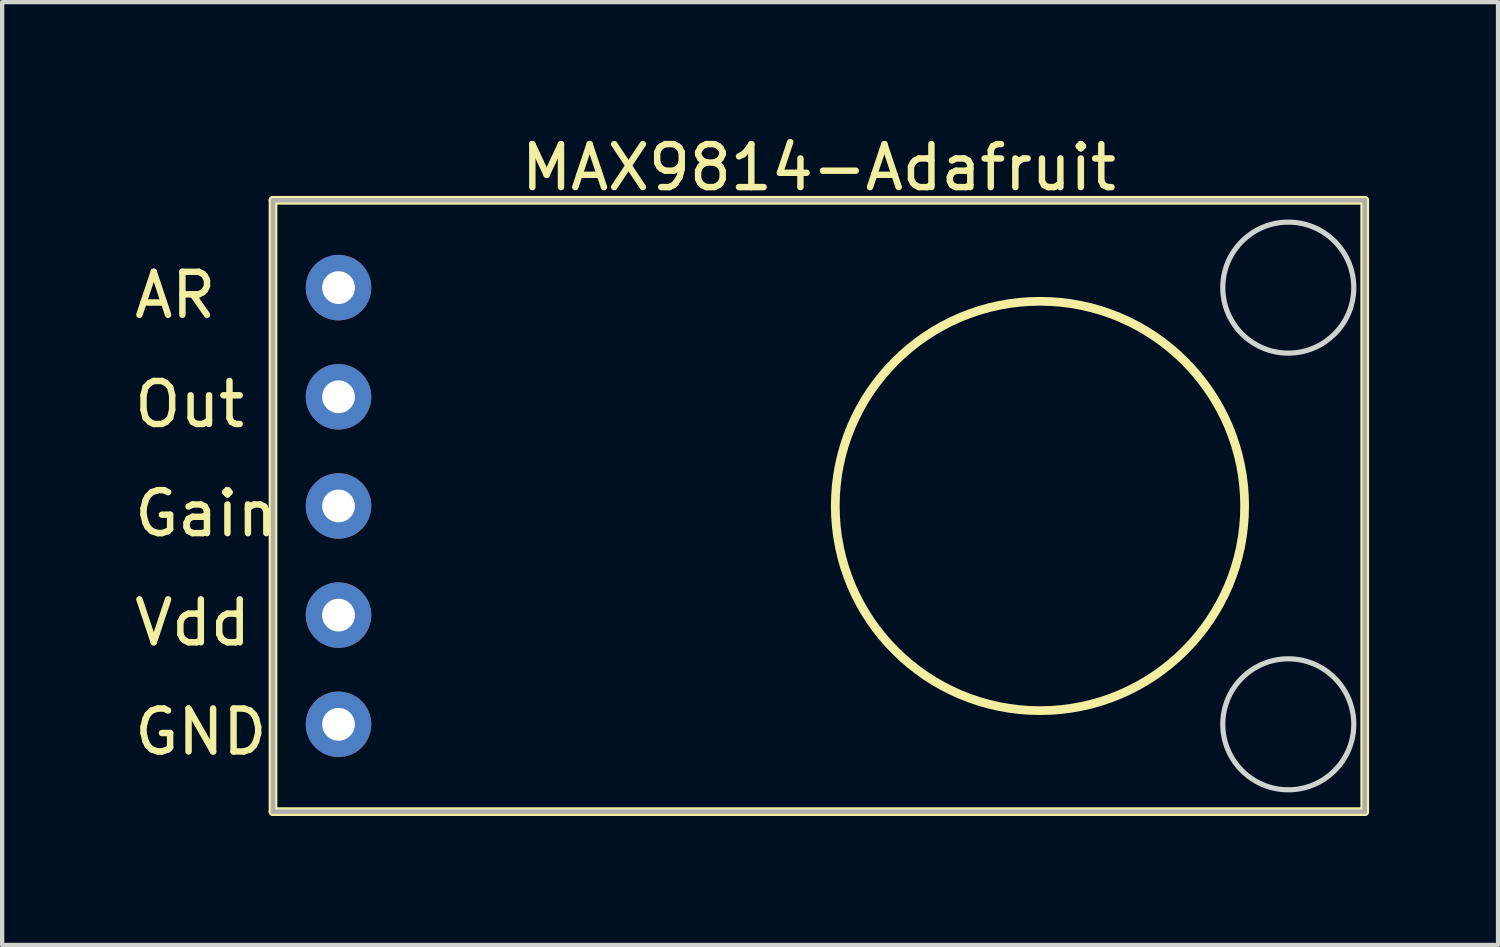
<source format=kicad_pcb>
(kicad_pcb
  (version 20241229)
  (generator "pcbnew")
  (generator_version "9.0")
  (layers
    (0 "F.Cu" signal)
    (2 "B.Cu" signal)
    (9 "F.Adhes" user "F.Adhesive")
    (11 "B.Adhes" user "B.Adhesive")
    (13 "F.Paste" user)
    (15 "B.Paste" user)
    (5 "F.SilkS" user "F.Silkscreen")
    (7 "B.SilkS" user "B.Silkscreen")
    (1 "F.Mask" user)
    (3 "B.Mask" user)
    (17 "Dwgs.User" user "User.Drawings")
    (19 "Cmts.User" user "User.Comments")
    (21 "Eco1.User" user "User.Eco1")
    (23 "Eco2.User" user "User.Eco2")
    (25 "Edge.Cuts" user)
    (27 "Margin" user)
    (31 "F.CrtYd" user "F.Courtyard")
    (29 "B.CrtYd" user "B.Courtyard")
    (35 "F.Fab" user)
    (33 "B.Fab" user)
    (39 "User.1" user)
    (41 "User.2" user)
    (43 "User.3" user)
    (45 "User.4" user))
  (footprint "MAX9814-Adafruit"
    (layer "F.Cu")
    (at 16.002 8.722)
    (property "Reference" "MAX9814-Adafruit" (at 0 -7.874 0) (unlocked yes) (layer "F.SilkS") (effects (font (size 1 1) (thickness 0.15))))
    (attr through_hole)
    (fp_line (start -12.7 -7.112) (end 12.7 -7.112) (stroke (width 0.203) (type default)) (layer "F.SilkS"))
    (fp_line (start -12.7 7.112) (end -12.7 -7.112) (stroke (width 0.203) (type default)) (layer "F.SilkS"))
    (fp_line (start 12.7 -7.112) (end 12.7 7.112) (stroke (width 0.203) (type default)) (layer "F.SilkS"))
    (fp_line (start 12.7 7.112) (end -12.7 7.112) (stroke (width 0.203) (type default)) (layer "F.SilkS"))
    (fp_circle (center 5.144 0) (end 9.906 0) (stroke (width 0.203) (type default)) (fill no) (layer "F.SilkS"))
    (fp_circle (center 10.922 -5.08) (end 12.446 -5.08) (stroke (width 0.12) (type default)) (fill no) (layer "Edge.Cuts"))
    (fp_circle (center 10.922 5.08) (end 12.446 5.08) (stroke (width 0.12) (type default)) (fill no) (layer "Edge.Cuts"))
    (fp_line (start -12.7 -7.112) (end -12.7 7.112) (stroke (width 0.102) (type default)) (layer "F.Fab"))
    (fp_line (start 12.7 -7.112) (end -12.7 -7.112) (stroke (width 0.1) (type default)) (layer "F.Fab"))
    (fp_line (start 12.7 -7.112) (end 12.7 7.112) (stroke (width 0.102) (type default)) (layer "F.Fab"))
    (fp_line (start 12.7 7.112) (end -12.7 7.112) (stroke (width 0.1) (type default)) (layer "F.Fab"))
    (fp_text user "Gain" (at -16.002 0.762 0) (unlocked yes) (layer "F.SilkS") (effects (font (size 1 1) (thickness 0.15)) (justify left bottom)))
    (fp_text user "Out" (at -16.002 -1.778 0) (unlocked yes) (layer "F.SilkS") (effects (font (size 1 1) (thickness 0.15)) (justify left bottom)))
    (fp_text user "GND" (at -16.002 5.842 0) (unlocked yes) (layer "F.SilkS") (effects (font (size 1 1) (thickness 0.15)) (justify left bottom)))
    (fp_text user "Vdd" (at -16.002 3.302 0) (unlocked yes) (layer "F.SilkS") (effects (font (size 1 1) (thickness 0.15)) (justify left bottom)))
    (fp_text user "AR" (at -16.002 -4.318 0) (unlocked yes) (layer "F.SilkS") (effects (font (size 1 1) (thickness 0.15)) (justify left bottom)))
    (pad "1" thru_hole circle (at -11.176 -5.08) (size 1.524 1.524) (drill 0.762) (layers "*.Cu" "*.Mask"))
    (pad "2" thru_hole circle (at -11.176 -2.54) (size 1.524 1.524) (drill 0.762) (layers "*.Cu" "*.Mask"))
    (pad "3" thru_hole circle (at -11.176 0) (size 1.524 1.524) (drill 0.762) (layers "*.Cu" "*.Mask"))
    (pad "4" thru_hole circle (at -11.176 2.54) (size 1.524 1.524) (drill 0.762) (layers "*.Cu" "*.Mask"))
    (pad "5" thru_hole circle (at -11.176 5.08) (size 1.524 1.524) (drill 0.762) (layers "*.Cu" "*.Mask")))
  (gr_rect
    (start -3 -3)
    (end 31.804 18.936)
    (stroke (width 0.1) (type default))
    (fill no)
    (layer "Edge.Cuts")))
</source>
